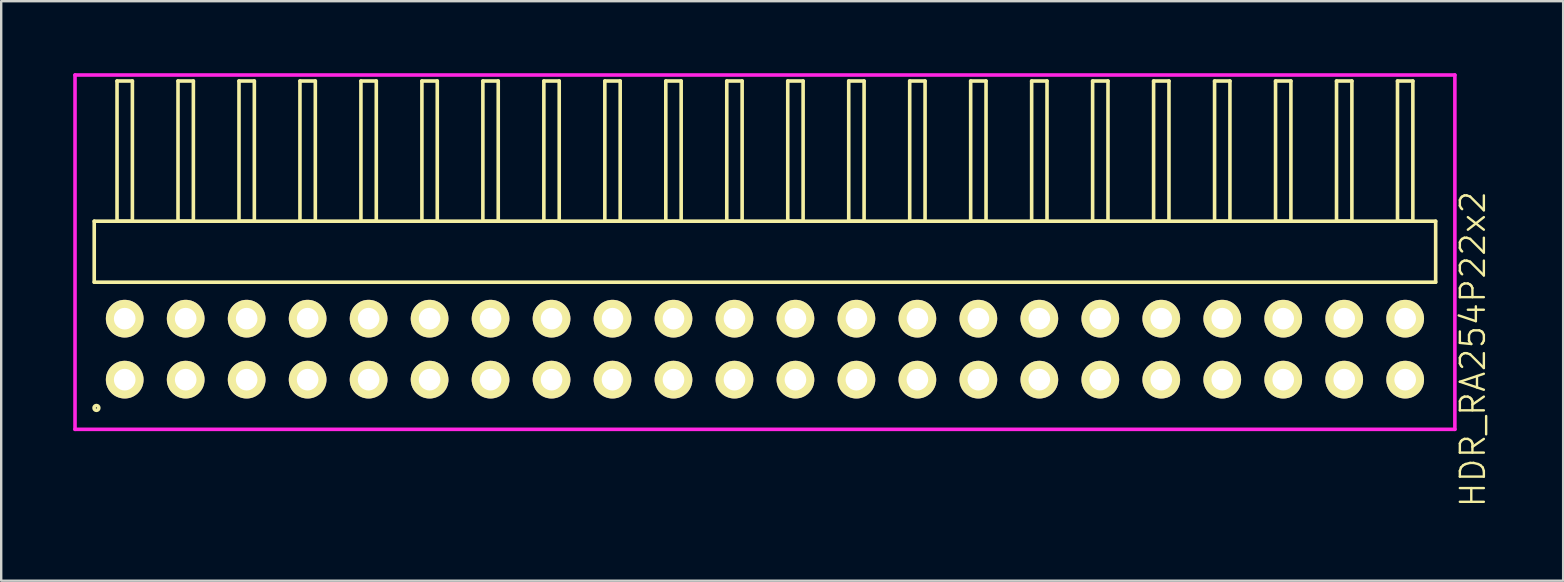
<source format=kicad_pcb>
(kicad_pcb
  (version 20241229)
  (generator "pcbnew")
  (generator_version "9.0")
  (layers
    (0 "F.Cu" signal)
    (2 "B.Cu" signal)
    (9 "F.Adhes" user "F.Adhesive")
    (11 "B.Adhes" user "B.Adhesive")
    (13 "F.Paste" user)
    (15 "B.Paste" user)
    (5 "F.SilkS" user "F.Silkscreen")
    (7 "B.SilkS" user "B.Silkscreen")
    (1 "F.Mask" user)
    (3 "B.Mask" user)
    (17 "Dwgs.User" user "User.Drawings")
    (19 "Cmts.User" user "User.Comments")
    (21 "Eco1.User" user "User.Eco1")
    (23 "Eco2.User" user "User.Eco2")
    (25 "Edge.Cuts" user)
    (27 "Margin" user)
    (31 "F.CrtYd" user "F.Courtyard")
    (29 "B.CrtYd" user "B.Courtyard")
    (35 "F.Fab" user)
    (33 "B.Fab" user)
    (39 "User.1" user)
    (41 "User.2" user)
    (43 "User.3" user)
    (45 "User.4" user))
  (footprint "HDR_RA254P22x2"
    (layer "F.Cu")
    (at 28.815 11.495)
    (property "Reference" "HDR_RA254P22x2" (at 29.49 0 90) (layer "F.SilkS") (effects (font (size 1 1) (thickness 0.1))))
    (attr through_hole)
    (fp_line (start -27.94 -5.33) (end -27.94 -2.79) (stroke (width 0.15) (type solid)) (layer "F.SilkS"))
    (fp_line (start -27.94 -2.79) (end 27.94 -2.79) (stroke (width 0.15) (type solid)) (layer "F.SilkS"))
    (fp_line (start -26.99 -11.17) (end -26.99 -5.33) (stroke (width 0.15) (type solid)) (layer "F.SilkS"))
    (fp_line (start -26.99 -5.33) (end -26.35 -5.33) (stroke (width 0.15) (type solid)) (layer "F.SilkS"))
    (fp_line (start -26.35 -11.17) (end -26.99 -11.17) (stroke (width 0.15) (type solid)) (layer "F.SilkS"))
    (fp_line (start -26.35 -5.33) (end -26.35 -11.17) (stroke (width 0.15) (type solid)) (layer "F.SilkS"))
    (fp_line (start -24.45 -11.17) (end -24.45 -5.33) (stroke (width 0.15) (type solid)) (layer "F.SilkS"))
    (fp_line (start -24.45 -5.33) (end -23.81 -5.33) (stroke (width 0.15) (type solid)) (layer "F.SilkS"))
    (fp_line (start -23.81 -11.17) (end -24.45 -11.17) (stroke (width 0.15) (type solid)) (layer "F.SilkS"))
    (fp_line (start -23.81 -5.33) (end -23.81 -11.17) (stroke (width 0.15) (type solid)) (layer "F.SilkS"))
    (fp_line (start -21.91 -11.17) (end -21.91 -5.33) (stroke (width 0.15) (type solid)) (layer "F.SilkS"))
    (fp_line (start -21.91 -5.33) (end -21.27 -5.33) (stroke (width 0.15) (type solid)) (layer "F.SilkS"))
    (fp_line (start -21.27 -11.17) (end -21.91 -11.17) (stroke (width 0.15) (type solid)) (layer "F.SilkS"))
    (fp_line (start -21.27 -5.33) (end -21.27 -11.17) (stroke (width 0.15) (type solid)) (layer "F.SilkS"))
    (fp_line (start -19.37 -11.17) (end -19.37 -5.33) (stroke (width 0.15) (type solid)) (layer "F.SilkS"))
    (fp_line (start -19.37 -5.33) (end -18.73 -5.33) (stroke (width 0.15) (type solid)) (layer "F.SilkS"))
    (fp_line (start -18.73 -11.17) (end -19.37 -11.17) (stroke (width 0.15) (type solid)) (layer "F.SilkS"))
    (fp_line (start -18.73 -5.33) (end -18.73 -11.17) (stroke (width 0.15) (type solid)) (layer "F.SilkS"))
    (fp_line (start -16.83 -11.17) (end -16.83 -5.33) (stroke (width 0.15) (type solid)) (layer "F.SilkS"))
    (fp_line (start -16.83 -5.33) (end -16.19 -5.33) (stroke (width 0.15) (type solid)) (layer "F.SilkS"))
    (fp_line (start -16.19 -11.17) (end -16.83 -11.17) (stroke (width 0.15) (type solid)) (layer "F.SilkS"))
    (fp_line (start -16.19 -5.33) (end -16.19 -11.17) (stroke (width 0.15) (type solid)) (layer "F.SilkS"))
    (fp_line (start -14.29 -11.17) (end -14.29 -5.33) (stroke (width 0.15) (type solid)) (layer "F.SilkS"))
    (fp_line (start -14.29 -5.33) (end -13.65 -5.33) (stroke (width 0.15) (type solid)) (layer "F.SilkS"))
    (fp_line (start -13.65 -11.17) (end -14.29 -11.17) (stroke (width 0.15) (type solid)) (layer "F.SilkS"))
    (fp_line (start -13.65 -5.33) (end -13.65 -11.17) (stroke (width 0.15) (type solid)) (layer "F.SilkS"))
    (fp_line (start -11.75 -11.17) (end -11.75 -5.33) (stroke (width 0.15) (type solid)) (layer "F.SilkS"))
    (fp_line (start -11.75 -5.33) (end -11.11 -5.33) (stroke (width 0.15) (type solid)) (layer "F.SilkS"))
    (fp_line (start -11.11 -11.17) (end -11.75 -11.17) (stroke (width 0.15) (type solid)) (layer "F.SilkS"))
    (fp_line (start -11.11 -5.33) (end -11.11 -11.17) (stroke (width 0.15) (type solid)) (layer "F.SilkS"))
    (fp_line (start -9.21 -11.17) (end -9.21 -5.33) (stroke (width 0.15) (type solid)) (layer "F.SilkS"))
    (fp_line (start -9.21 -5.33) (end -8.57 -5.33) (stroke (width 0.15) (type solid)) (layer "F.SilkS"))
    (fp_line (start -8.57 -11.17) (end -9.21 -11.17) (stroke (width 0.15) (type solid)) (layer "F.SilkS"))
    (fp_line (start -8.57 -5.33) (end -8.57 -11.17) (stroke (width 0.15) (type solid)) (layer "F.SilkS"))
    (fp_line (start -6.67 -11.17) (end -6.67 -5.33) (stroke (width 0.15) (type solid)) (layer "F.SilkS"))
    (fp_line (start -6.67 -5.33) (end -6.03 -5.33) (stroke (width 0.15) (type solid)) (layer "F.SilkS"))
    (fp_line (start -6.03 -11.17) (end -6.67 -11.17) (stroke (width 0.15) (type solid)) (layer "F.SilkS"))
    (fp_line (start -6.03 -5.33) (end -6.03 -11.17) (stroke (width 0.15) (type solid)) (layer "F.SilkS"))
    (fp_line (start -4.13 -11.17) (end -4.13 -5.33) (stroke (width 0.15) (type solid)) (layer "F.SilkS"))
    (fp_line (start -4.13 -5.33) (end -3.49 -5.33) (stroke (width 0.15) (type solid)) (layer "F.SilkS"))
    (fp_line (start -3.49 -11.17) (end -4.13 -11.17) (stroke (width 0.15) (type solid)) (layer "F.SilkS"))
    (fp_line (start -3.49 -5.33) (end -3.49 -11.17) (stroke (width 0.15) (type solid)) (layer "F.SilkS"))
    (fp_line (start -1.59 -11.17) (end -1.59 -5.33) (stroke (width 0.15) (type solid)) (layer "F.SilkS"))
    (fp_line (start -1.59 -5.33) (end -0.95 -5.33) (stroke (width 0.15) (type solid)) (layer "F.SilkS"))
    (fp_line (start -0.95 -11.17) (end -1.59 -11.17) (stroke (width 0.15) (type solid)) (layer "F.SilkS"))
    (fp_line (start -0.95 -5.33) (end -0.95 -11.17) (stroke (width 0.15) (type solid)) (layer "F.SilkS"))
    (fp_line (start 0.95 -11.17) (end 0.95 -5.33) (stroke (width 0.15) (type solid)) (layer "F.SilkS"))
    (fp_line (start 0.95 -5.33) (end 1.59 -5.33) (stroke (width 0.15) (type solid)) (layer "F.SilkS"))
    (fp_line (start 1.59 -11.17) (end 0.95 -11.17) (stroke (width 0.15) (type solid)) (layer "F.SilkS"))
    (fp_line (start 1.59 -5.33) (end 1.59 -11.17) (stroke (width 0.15) (type solid)) (layer "F.SilkS"))
    (fp_line (start 3.49 -11.17) (end 3.49 -5.33) (stroke (width 0.15) (type solid)) (layer "F.SilkS"))
    (fp_line (start 3.49 -5.33) (end 4.13 -5.33) (stroke (width 0.15) (type solid)) (layer "F.SilkS"))
    (fp_line (start 4.13 -11.17) (end 3.49 -11.17) (stroke (width 0.15) (type solid)) (layer "F.SilkS"))
    (fp_line (start 4.13 -5.33) (end 4.13 -11.17) (stroke (width 0.15) (type solid)) (layer "F.SilkS"))
    (fp_line (start 6.03 -11.17) (end 6.03 -5.33) (stroke (width 0.15) (type solid)) (layer "F.SilkS"))
    (fp_line (start 6.03 -5.33) (end 6.67 -5.33) (stroke (width 0.15) (type solid)) (layer "F.SilkS"))
    (fp_line (start 6.67 -11.17) (end 6.03 -11.17) (stroke (width 0.15) (type solid)) (layer "F.SilkS"))
    (fp_line (start 6.67 -5.33) (end 6.67 -11.17) (stroke (width 0.15) (type solid)) (layer "F.SilkS"))
    (fp_line (start 8.57 -11.17) (end 8.57 -5.33) (stroke (width 0.15) (type solid)) (layer "F.SilkS"))
    (fp_line (start 8.57 -5.33) (end 9.21 -5.33) (stroke (width 0.15) (type solid)) (layer "F.SilkS"))
    (fp_line (start 9.21 -11.17) (end 8.57 -11.17) (stroke (width 0.15) (type solid)) (layer "F.SilkS"))
    (fp_line (start 9.21 -5.33) (end 9.21 -11.17) (stroke (width 0.15) (type solid)) (layer "F.SilkS"))
    (fp_line (start 11.11 -11.17) (end 11.11 -5.33) (stroke (width 0.15) (type solid)) (layer "F.SilkS"))
    (fp_line (start 11.11 -5.33) (end 11.75 -5.33) (stroke (width 0.15) (type solid)) (layer "F.SilkS"))
    (fp_line (start 11.75 -11.17) (end 11.11 -11.17) (stroke (width 0.15) (type solid)) (layer "F.SilkS"))
    (fp_line (start 11.75 -5.33) (end 11.75 -11.17) (stroke (width 0.15) (type solid)) (layer "F.SilkS"))
    (fp_line (start 13.65 -11.17) (end 13.65 -5.33) (stroke (width 0.15) (type solid)) (layer "F.SilkS"))
    (fp_line (start 13.65 -5.33) (end 14.29 -5.33) (stroke (width 0.15) (type solid)) (layer "F.SilkS"))
    (fp_line (start 14.29 -11.17) (end 13.65 -11.17) (stroke (width 0.15) (type solid)) (layer "F.SilkS"))
    (fp_line (start 14.29 -5.33) (end 14.29 -11.17) (stroke (width 0.15) (type solid)) (layer "F.SilkS"))
    (fp_line (start 16.19 -11.17) (end 16.19 -5.33) (stroke (width 0.15) (type solid)) (layer "F.SilkS"))
    (fp_line (start 16.19 -5.33) (end 16.83 -5.33) (stroke (width 0.15) (type solid)) (layer "F.SilkS"))
    (fp_line (start 16.83 -11.17) (end 16.19 -11.17) (stroke (width 0.15) (type solid)) (layer "F.SilkS"))
    (fp_line (start 16.83 -5.33) (end 16.83 -11.17) (stroke (width 0.15) (type solid)) (layer "F.SilkS"))
    (fp_line (start 18.73 -11.17) (end 18.73 -5.33) (stroke (width 0.15) (type solid)) (layer "F.SilkS"))
    (fp_line (start 18.73 -5.33) (end 19.37 -5.33) (stroke (width 0.15) (type solid)) (layer "F.SilkS"))
    (fp_line (start 19.37 -11.17) (end 18.73 -11.17) (stroke (width 0.15) (type solid)) (layer "F.SilkS"))
    (fp_line (start 19.37 -5.33) (end 19.37 -11.17) (stroke (width 0.15) (type solid)) (layer "F.SilkS"))
    (fp_line (start 21.27 -11.17) (end 21.27 -5.33) (stroke (width 0.15) (type solid)) (layer "F.SilkS"))
    (fp_line (start 21.27 -5.33) (end 21.91 -5.33) (stroke (width 0.15) (type solid)) (layer "F.SilkS"))
    (fp_line (start 21.91 -11.17) (end 21.27 -11.17) (stroke (width 0.15) (type solid)) (layer "F.SilkS"))
    (fp_line (start 21.91 -5.33) (end 21.91 -11.17) (stroke (width 0.15) (type solid)) (layer "F.SilkS"))
    (fp_line (start 23.81 -11.17) (end 23.81 -5.33) (stroke (width 0.15) (type solid)) (layer "F.SilkS"))
    (fp_line (start 23.81 -5.33) (end 24.45 -5.33) (stroke (width 0.15) (type solid)) (layer "F.SilkS"))
    (fp_line (start 24.45 -11.17) (end 23.81 -11.17) (stroke (width 0.15) (type solid)) (layer "F.SilkS"))
    (fp_line (start 24.45 -5.33) (end 24.45 -11.17) (stroke (width 0.15) (type solid)) (layer "F.SilkS"))
    (fp_line (start 26.35 -11.17) (end 26.35 -5.33) (stroke (width 0.15) (type solid)) (layer "F.SilkS"))
    (fp_line (start 26.35 -5.33) (end 26.99 -5.33) (stroke (width 0.15) (type solid)) (layer "F.SilkS"))
    (fp_line (start 26.99 -11.17) (end 26.35 -11.17) (stroke (width 0.15) (type solid)) (layer "F.SilkS"))
    (fp_line (start 26.99 -5.33) (end 26.99 -11.17) (stroke (width 0.15) (type solid)) (layer "F.SilkS"))
    (fp_line (start 27.94 -5.33) (end -27.94 -5.33) (stroke (width 0.15) (type solid)) (layer "F.SilkS"))
    (fp_line (start 27.94 -2.79) (end 27.94 -5.33) (stroke (width 0.15) (type solid)) (layer "F.SilkS"))
    (fp_circle (center -27.848 2.448) (end -27.748 2.448) (stroke (width 0.15) (type solid)) (fill no) (layer "F.SilkS"))
    (fp_line (start -28.74 -11.42) (end -28.74 3.34) (stroke (width 0.15) (type solid)) (layer "F.CrtYd"))
    (fp_line (start -28.74 3.34) (end 28.74 3.34) (stroke (width 0.15) (type solid)) (layer "F.CrtYd"))
    (fp_line (start 28.74 -11.42) (end -28.74 -11.42) (stroke (width 0.15) (type solid)) (layer "F.CrtYd"))
    (fp_line (start 28.74 3.34) (end 28.74 -11.42) (stroke (width 0.15) (type solid)) (layer "F.CrtYd"))
    (pad "1" thru_hole oval (at -26.67 1.27) (size 1.57 1.57) (drill 0.9) (layers "*.Cu" "*.Mask" "F.SilkS"))
    (pad "2" thru_hole oval (at -26.67 -1.27) (size 1.57 1.57) (drill 0.9) (layers "*.Cu" "*.Mask" "F.SilkS"))
    (pad "3" thru_hole oval (at -24.13 1.27) (size 1.57 1.57) (drill 0.9) (layers "*.Cu" "*.Mask" "F.SilkS"))
    (pad "4" thru_hole oval (at -24.13 -1.27) (size 1.57 1.57) (drill 0.9) (layers "*.Cu" "*.Mask" "F.SilkS"))
    (pad "5" thru_hole oval (at -21.59 1.27) (size 1.57 1.57) (drill 0.9) (layers "*.Cu" "*.Mask" "F.SilkS"))
    (pad "6" thru_hole oval (at -21.59 -1.27) (size 1.57 1.57) (drill 0.9) (layers "*.Cu" "*.Mask" "F.SilkS"))
    (pad "7" thru_hole oval (at -19.05 1.27) (size 1.57 1.57) (drill 0.9) (layers "*.Cu" "*.Mask" "F.SilkS"))
    (pad "8" thru_hole oval (at -19.05 -1.27) (size 1.57 1.57) (drill 0.9) (layers "*.Cu" "*.Mask" "F.SilkS"))
    (pad "9" thru_hole oval (at -16.51 1.27) (size 1.57 1.57) (drill 0.9) (layers "*.Cu" "*.Mask" "F.SilkS"))
    (pad "10" thru_hole oval (at -16.51 -1.27) (size 1.57 1.57) (drill 0.9) (layers "*.Cu" "*.Mask" "F.SilkS"))
    (pad "11" thru_hole oval (at -13.97 1.27) (size 1.57 1.57) (drill 0.9) (layers "*.Cu" "*.Mask" "F.SilkS"))
    (pad "12" thru_hole oval (at -13.97 -1.27) (size 1.57 1.57) (drill 0.9) (layers "*.Cu" "*.Mask" "F.SilkS"))
    (pad "13" thru_hole oval (at -11.43 1.27) (size 1.57 1.57) (drill 0.9) (layers "*.Cu" "*.Mask" "F.SilkS"))
    (pad "14" thru_hole oval (at -11.43 -1.27) (size 1.57 1.57) (drill 0.9) (layers "*.Cu" "*.Mask" "F.SilkS"))
    (pad "15" thru_hole oval (at -8.89 1.27) (size 1.57 1.57) (drill 0.9) (layers "*.Cu" "*.Mask" "F.SilkS"))
    (pad "16" thru_hole oval (at -8.89 -1.27) (size 1.57 1.57) (drill 0.9) (layers "*.Cu" "*.Mask" "F.SilkS"))
    (pad "17" thru_hole oval (at -6.35 1.27) (size 1.57 1.57) (drill 0.9) (layers "*.Cu" "*.Mask" "F.SilkS"))
    (pad "18" thru_hole oval (at -6.35 -1.27) (size 1.57 1.57) (drill 0.9) (layers "*.Cu" "*.Mask" "F.SilkS"))
    (pad "19" thru_hole oval (at -3.81 1.27) (size 1.57 1.57) (drill 0.9) (layers "*.Cu" "*.Mask" "F.SilkS"))
    (pad "20" thru_hole oval (at -3.81 -1.27) (size 1.57 1.57) (drill 0.9) (layers "*.Cu" "*.Mask" "F.SilkS"))
    (pad "21" thru_hole oval (at -1.27 1.27) (size 1.57 1.57) (drill 0.9) (layers "*.Cu" "*.Mask" "F.SilkS"))
    (pad "22" thru_hole oval (at -1.27 -1.27) (size 1.57 1.57) (drill 0.9) (layers "*.Cu" "*.Mask" "F.SilkS"))
    (pad "23" thru_hole oval (at 1.27 1.27) (size 1.57 1.57) (drill 0.9) (layers "*.Cu" "*.Mask" "F.SilkS"))
    (pad "24" thru_hole oval (at 1.27 -1.27) (size 1.57 1.57) (drill 0.9) (layers "*.Cu" "*.Mask" "F.SilkS"))
    (pad "25" thru_hole oval (at 3.81 1.27) (size 1.57 1.57) (drill 0.9) (layers "*.Cu" "*.Mask" "F.SilkS"))
    (pad "26" thru_hole oval (at 3.81 -1.27) (size 1.57 1.57) (drill 0.9) (layers "*.Cu" "*.Mask" "F.SilkS"))
    (pad "27" thru_hole oval (at 6.35 1.27) (size 1.57 1.57) (drill 0.9) (layers "*.Cu" "*.Mask" "F.SilkS"))
    (pad "28" thru_hole oval (at 6.35 -1.27) (size 1.57 1.57) (drill 0.9) (layers "*.Cu" "*.Mask" "F.SilkS"))
    (pad "29" thru_hole oval (at 8.89 1.27) (size 1.57 1.57) (drill 0.9) (layers "*.Cu" "*.Mask" "F.SilkS"))
    (pad "30" thru_hole oval (at 8.89 -1.27) (size 1.57 1.57) (drill 0.9) (layers "*.Cu" "*.Mask" "F.SilkS"))
    (pad "31" thru_hole oval (at 11.43 1.27) (size 1.57 1.57) (drill 0.9) (layers "*.Cu" "*.Mask" "F.SilkS"))
    (pad "32" thru_hole oval (at 11.43 -1.27) (size 1.57 1.57) (drill 0.9) (layers "*.Cu" "*.Mask" "F.SilkS"))
    (pad "33" thru_hole oval (at 13.97 1.27) (size 1.57 1.57) (drill 0.9) (layers "*.Cu" "*.Mask" "F.SilkS"))
    (pad "34" thru_hole oval (at 13.97 -1.27) (size 1.57 1.57) (drill 0.9) (layers "*.Cu" "*.Mask" "F.SilkS"))
    (pad "35" thru_hole oval (at 16.51 1.27) (size 1.57 1.57) (drill 0.9) (layers "*.Cu" "*.Mask" "F.SilkS"))
    (pad "36" thru_hole oval (at 16.51 -1.27) (size 1.57 1.57) (drill 0.9) (layers "*.Cu" "*.Mask" "F.SilkS"))
    (pad "37" thru_hole oval (at 19.05 1.27) (size 1.57 1.57) (drill 0.9) (layers "*.Cu" "*.Mask" "F.SilkS"))
    (pad "38" thru_hole oval (at 19.05 -1.27) (size 1.57 1.57) (drill 0.9) (layers "*.Cu" "*.Mask" "F.SilkS"))
    (pad "39" thru_hole oval (at 21.59 1.27) (size 1.57 1.57) (drill 0.9) (layers "*.Cu" "*.Mask" "F.SilkS"))
    (pad "40" thru_hole oval (at 21.59 -1.27) (size 1.57 1.57) (drill 0.9) (layers "*.Cu" "*.Mask" "F.SilkS"))
    (pad "41" thru_hole oval (at 24.13 1.27) (size 1.57 1.57) (drill 0.9) (layers "*.Cu" "*.Mask" "F.SilkS"))
    (pad "42" thru_hole oval (at 24.13 -1.27) (size 1.57 1.57) (drill 0.9) (layers "*.Cu" "*.Mask" "F.SilkS"))
    (pad "43" thru_hole oval (at 26.67 1.27) (size 1.57 1.57) (drill 0.9) (layers "*.Cu" "*.Mask" "F.SilkS"))
    (pad "44" thru_hole oval (at 26.67 -1.27) (size 1.57 1.57) (drill 0.9) (layers "*.Cu" "*.Mask" "F.SilkS")))
  (gr_rect
    (start -3 -3)
    (end 62.066 21.14)
    (stroke (width 0.1) (type default))
    (fill no)
    (layer "Edge.Cuts")))
</source>
